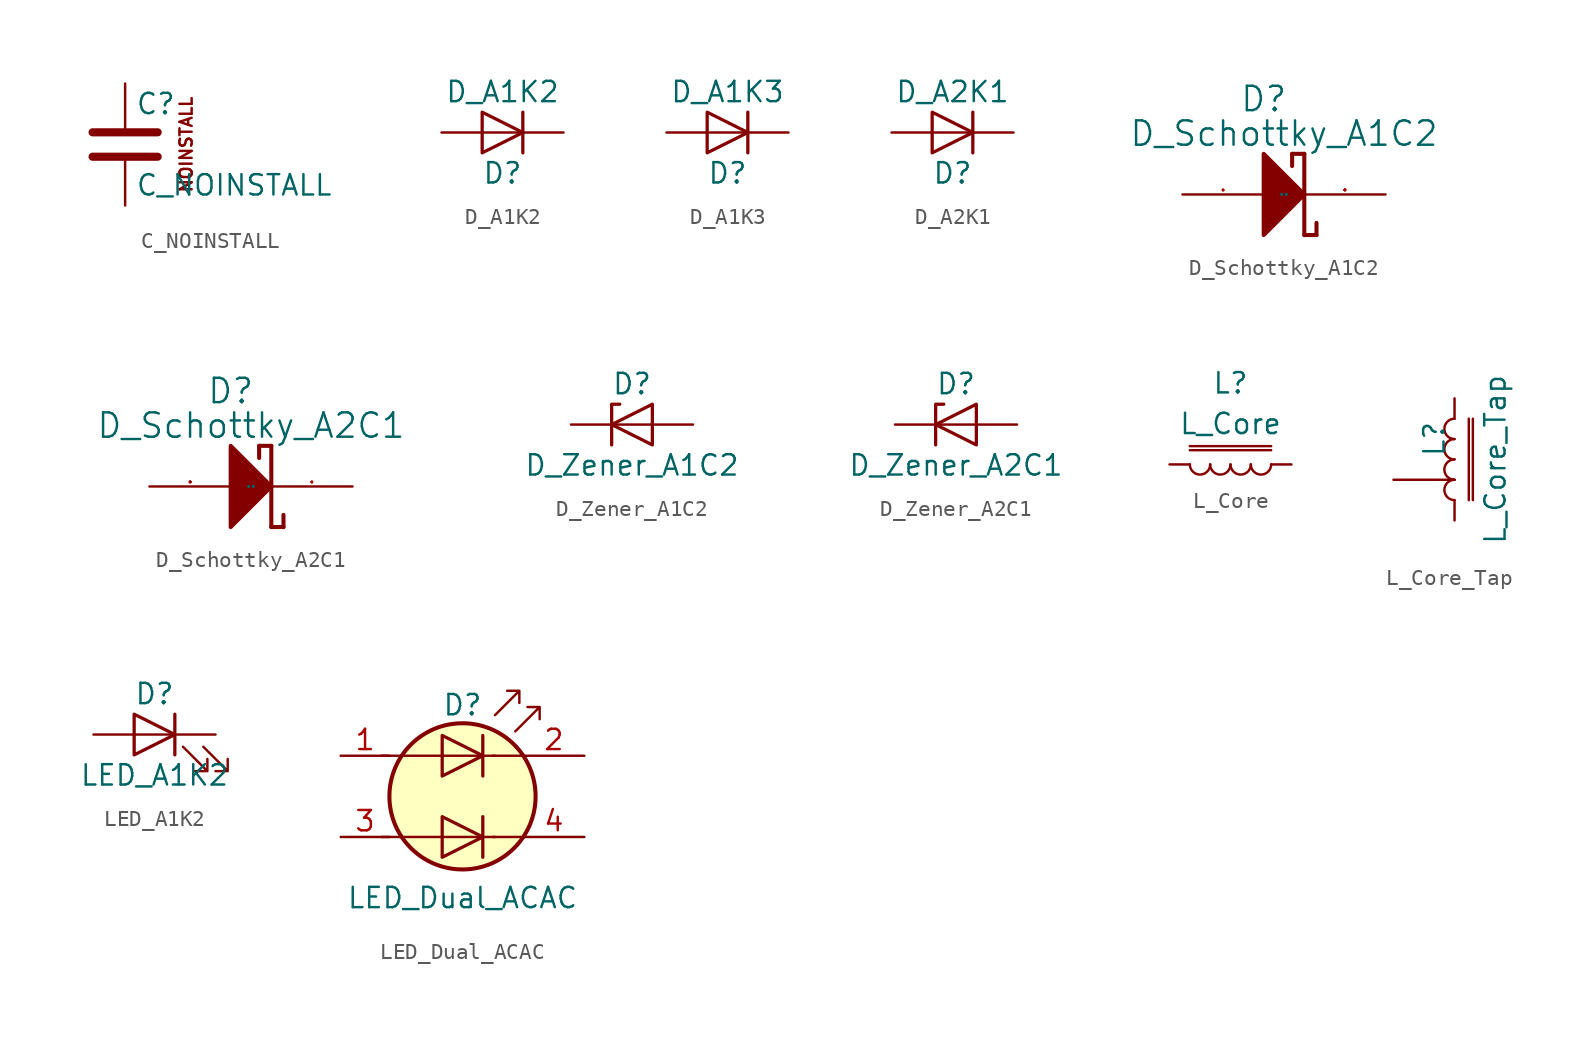
<source format=kicad_sym>
(kicad_symbol_lib
  (version 20211014)
  (generator kicad_symbol_editor)
  (symbol "C_NOINSTALL"
    (pin_numbers hide)
    (pin_names
      (offset 0.254))
    (property "Reference" "C"
      (at 0.635 2.54 0)
      (effects (font (size 1.27 1.27)) (justify left)))
    (property "Value" "C_NOINSTALL"
      (at 0.635 -2.54 0)
      (effects (font (size 1.27 1.27)) (justify left)))
    (symbol "C_NOINSTALL_0_0"
      (text "NOINSTALL" (at 3.81 0 900) (effects (font (size 0.762 0.762)))))
    (symbol "C_NOINSTALL_0_1"
      (polyline (pts (xy -2.032 -0.762) (xy 2.032 -0.762)) (stroke (width 0.508) (type default)) (fill (type none)))
      (polyline (pts (xy -2.032 0.762) (xy 2.032 0.762)) (stroke (width 0.508) (type default)) (fill (type none))))
    (symbol "C_NOINSTALL_1_1"
      (pin passive line (at 0 3.81 270) (length 2.794) (name "~" (effects (font (size 1.27 1.27)))) (number "1" (effects (font (size 1.27 1.27)))))
      (pin passive line (at 0 -3.81 90) (length 2.794) (name "~" (effects (font (size 1.27 1.27)))) (number "2" (effects (font (size 1.27 1.27)))))))
  (symbol "D_A1K2"
    (pin_numbers hide)
    (pin_names
      (offset 1.016) hide)
    (property "Reference" "D"
      (at 0 -2.54 0)
      (effects (font (size 1.27 1.27))))
    (property "Value" "D_A1K2"
      (at 0 2.54 0)
      (effects (font (size 1.27 1.27))))
    (symbol "D_A1K2_0_1"
      (polyline (pts (xy -1.27 0) (xy 1.27 0)) (stroke (width 0) (type default)) (fill (type none)))
      (polyline (pts (xy 1.27 -1.27) (xy 1.27 1.27)) (stroke (width 0.203) (type default)) (fill (type none)))
      (polyline (pts (xy -1.27 -1.27) (xy -1.27 1.27) (xy 1.27 0) (xy -1.27 -1.27)) (stroke (width 0.203) (type default)) (fill (type none))))
    (symbol "D_A1K2_1_1"
      (pin passive line (at -3.81 0 0) (length 2.54) (name "A" (effects (font (size 1.27 1.27)))) (number "1" (effects (font (size 1.27 1.27)))))
      (pin passive line (at 3.81 0 180) (length 2.54) (name "K" (effects (font (size 1.27 1.27)))) (number "2" (effects (font (size 1.27 1.27)))))))
  (symbol "D_A1K3"
    (pin_numbers hide)
    (pin_names
      (offset 1.016) hide)
    (property "Reference" "D"
      (at 0 -2.54 0)
      (effects (font (size 1.27 1.27))))
    (property "Value" "D_A1K3"
      (at 0 2.54 0)
      (effects (font (size 1.27 1.27))))
    (symbol "D_A1K3_0_1"
      (polyline (pts (xy -1.27 0) (xy 1.27 0)) (stroke (width 0) (type default)) (fill (type none)))
      (polyline (pts (xy 1.27 -1.27) (xy 1.27 1.27)) (stroke (width 0.203) (type default)) (fill (type none)))
      (polyline (pts (xy -1.27 -1.27) (xy -1.27 1.27) (xy 1.27 0) (xy -1.27 -1.27)) (stroke (width 0.203) (type default)) (fill (type none))))
    (symbol "D_A1K3_1_1"
      (pin passive line (at -3.81 0 0) (length 2.54) (name "A" (effects (font (size 1.27 1.27)))) (number "1" (effects (font (size 1.27 1.27)))))
      (pin no_connect line (at -1.27 -2.54 180) (length 2.54) hide (name "NC" (effects (font (size 1.27 1.27)))) (number "2" (effects (font (size 1.27 1.27)))))
      (pin passive line (at 3.81 0 180) (length 2.54) (name "K" (effects (font (size 1.27 1.27)))) (number "3" (effects (font (size 1.27 1.27)))))))
  (symbol "D_A2K1"
    (pin_numbers hide)
    (pin_names
      (offset 1.016) hide)
    (property "Reference" "D"
      (at 0 -2.54 0)
      (effects (font (size 1.27 1.27))))
    (property "Value" "D_A2K1"
      (at 0 2.54 0)
      (effects (font (size 1.27 1.27))))
    (symbol "D_A2K1_0_1"
      (polyline (pts (xy -1.27 0) (xy 1.27 0)) (stroke (width 0) (type default)) (fill (type none)))
      (polyline (pts (xy 1.27 -1.27) (xy 1.27 1.27)) (stroke (width 0.203) (type default)) (fill (type none)))
      (polyline (pts (xy -1.27 -1.27) (xy -1.27 1.27) (xy 1.27 0) (xy -1.27 -1.27)) (stroke (width 0.203) (type default)) (fill (type none))))
    (symbol "D_A2K1_1_1"
      (pin passive line (at 3.81 0 180) (length 2.54) (name "K" (effects (font (size 1.27 1.27)))) (number "1" (effects (font (size 1.27 1.27)))))
      (pin passive line (at -3.81 0 0) (length 2.54) (name "A" (effects (font (size 1.27 1.27)))) (number "2" (effects (font (size 1.27 1.27)))))))
  (symbol "D_Schottky_A1C2"
    (pin_names
      (offset 1.016))
    (property "Reference" "D"
      (at 0 2.54 0)
      (effects (font (size 1.524 1.524)) (justify bottom)))
    (property "Value" "D_Schottky_A1C2"
      (at 1.27 1.27 0)
      (effects (font (size 1.524 1.524))))
    (property "Footprint" ""
      (at 0 0 0)
      (effects (font (size 1.524 1.524))))
    (property "Datasheet" ""
      (at 0 0 0)
      (effects (font (size 1.524 1.524))))
    (symbol "D_Schottky_A1C2_0_1"
      (polyline (pts (xy 1.778 -0.762) (xy 1.778 0)) (stroke (width 0.254) (type default)) (fill (type none)))
      (polyline (pts (xy 1.778 0) (xy 2.54 0)) (stroke (width 0.254) (type default)) (fill (type none)))
      (polyline (pts (xy 2.54 -5.08) (xy 3.302 -5.08)) (stroke (width 0.254) (type default)) (fill (type none)))
      (polyline (pts (xy 2.54 0) (xy 2.54 -5.08)) (stroke (width 0.254) (type default)) (fill (type none)))
      (polyline (pts (xy 3.302 -5.08) (xy 3.302 -4.318)) (stroke (width 0.254) (type default)) (fill (type none)))
      (polyline (pts (xy 0 -5.08) (xy 2.54 -2.54) (xy 0 0) (xy 0 -5.08)) (stroke (width 0.254) (type default)) (fill (type outline)))
      (pin passive line (at -5.08 -2.54 0) (length 5.08) (name "A" (effects (font (size 0.025 0.025)))) (number "1" (effects (font (size 0.025 0.025)))))
      (pin passive line (at 7.62 -2.54 180) (length 5.08) (name "K" (effects (font (size 0.025 0.025)))) (number "2" (effects (font (size 0.025 0.025))))))
    (symbol "D_Schottky_A1C2_1_1"
      (arc (start 0.9906 -2.032) (mid 0.9074 -2.5272) (end 1.2192 -2.1336) (stroke (width 0.254) (type default)) (fill (type none)))
      (arc (start 1.2192 -2.413) (mid 0.9215 -2.1465) (end 0.9906 -2.54) (stroke (width 0.254) (type default)) (fill (type none)))
      (arc (start 1.2192 -2.1336) (mid 0.6802 -2.2733) (end 1.2192 -2.413) (stroke (width 0.254) (type default)) (fill (type none)))))
  (symbol "D_Schottky_A2C1"
    (pin_names
      (offset 1.016))
    (property "Reference" "D"
      (at 0 2.54 0)
      (effects (font (size 1.524 1.524)) (justify bottom)))
    (property "Value" "D_Schottky_A2C1"
      (at 1.27 1.27 0)
      (effects (font (size 1.524 1.524))))
    (property "Footprint" ""
      (at 0 0 0)
      (effects (font (size 1.524 1.524))))
    (property "Datasheet" ""
      (at 0 0 0)
      (effects (font (size 1.524 1.524))))
    (symbol "D_Schottky_A2C1_0_1"
      (polyline (pts (xy 1.778 -0.762) (xy 1.778 0)) (stroke (width 0.254) (type default)) (fill (type none)))
      (polyline (pts (xy 1.778 0) (xy 2.54 0)) (stroke (width 0.254) (type default)) (fill (type none)))
      (polyline (pts (xy 2.54 -5.08) (xy 3.302 -5.08)) (stroke (width 0.254) (type default)) (fill (type none)))
      (polyline (pts (xy 2.54 0) (xy 2.54 -5.08)) (stroke (width 0.254) (type default)) (fill (type none)))
      (polyline (pts (xy 3.302 -5.08) (xy 3.302 -4.318)) (stroke (width 0.254) (type default)) (fill (type none)))
      (polyline (pts (xy 0 -5.08) (xy 2.54 -2.54) (xy 0 0) (xy 0 -5.08)) (stroke (width 0.254) (type default)) (fill (type outline)))
      (pin passive line (at 7.62 -2.54 180) (length 5.08) (name "K" (effects (font (size 0.025 0.025)))) (number "1" (effects (font (size 0.025 0.025)))))
      (pin passive line (at -5.08 -2.54 0) (length 5.08) (name "A" (effects (font (size 0.025 0.025)))) (number "2" (effects (font (size 0.025 0.025))))))
    (symbol "D_Schottky_A2C1_1_1"
      (arc (start 0.9906 -2.032) (mid 0.9074 -2.5272) (end 1.2192 -2.1336) (stroke (width 0.254) (type default)) (fill (type none)))
      (arc (start 1.2192 -2.413) (mid 0.9215 -2.1465) (end 0.9906 -2.54) (stroke (width 0.254) (type default)) (fill (type none)))
      (arc (start 1.2192 -2.1336) (mid 0.6802 -2.2733) (end 1.2192 -2.413) (stroke (width 0.254) (type default)) (fill (type none)))))
  (symbol "D_Zener_A1C2"
    (pin_numbers hide)
    (pin_names
      (offset 1.016) hide)
    (property "Reference" "D"
      (at 0 2.54 0)
      (effects (font (size 1.27 1.27))))
    (property "Value" "D_Zener_A1C2"
      (at 0 -2.54 0)
      (effects (font (size 1.27 1.27))))
    (symbol "D_Zener_A1C2_0_1"
      (polyline (pts (xy 1.27 0) (xy -1.27 0)) (stroke (width 0) (type default)) (fill (type none)))
      (polyline (pts (xy -1.27 -1.27) (xy -1.27 1.27) (xy -0.762 1.27)) (stroke (width 0.203) (type default)) (fill (type none)))
      (polyline (pts (xy 1.27 -1.27) (xy 1.27 1.27) (xy -1.27 0) (xy 1.27 -1.27)) (stroke (width 0.203) (type default)) (fill (type none))))
    (symbol "D_Zener_A1C2_1_1"
      (pin passive line (at 3.81 0 180) (length 2.54) (name "A" (effects (font (size 1.27 1.27)))) (number "1" (effects (font (size 1.27 1.27)))))
      (pin passive line (at -3.81 0 0) (length 2.54) (name "K" (effects (font (size 1.27 1.27)))) (number "2" (effects (font (size 1.27 1.27)))))))
  (symbol "D_Zener_A2C1"
    (pin_numbers hide)
    (pin_names
      (offset 1.016) hide)
    (property "Reference" "D"
      (at 0 2.54 0)
      (effects (font (size 1.27 1.27))))
    (property "Value" "D_Zener_A2C1"
      (at 0 -2.54 0)
      (effects (font (size 1.27 1.27))))
    (symbol "D_Zener_A2C1_0_1"
      (polyline (pts (xy 1.27 0) (xy -1.27 0)) (stroke (width 0) (type default)) (fill (type none)))
      (polyline (pts (xy -1.27 -1.27) (xy -1.27 1.27) (xy -0.762 1.27)) (stroke (width 0.203) (type default)) (fill (type none)))
      (polyline (pts (xy 1.27 -1.27) (xy 1.27 1.27) (xy -1.27 0) (xy 1.27 -1.27)) (stroke (width 0.203) (type default)) (fill (type none))))
    (symbol "D_Zener_A2C1_1_1"
      (pin passive line (at -3.81 0 0) (length 2.54) (name "K" (effects (font (size 1.27 1.27)))) (number "1" (effects (font (size 1.27 1.27)))))
      (pin passive line (at 3.81 0 180) (length 2.54) (name "A" (effects (font (size 1.27 1.27)))) (number "2" (effects (font (size 1.27 1.27)))))))
  (symbol "L_Core"
    (pin_numbers hide)
    (pin_names
      (offset 1.016) hide)
    (property "Reference" "L"
      (at 0 5.08 0)
      (effects (font (size 1.27 1.27))))
    (property "Value" "L_Core"
      (at 0 2.54 0)
      (effects (font (size 1.27 1.27))))
    (symbol "L_Core_0_1"
      (arc (start -2.54 0) (mid -1.905 -0.6323) (end -1.27 0) (stroke (width 0) (type default)) (fill (type none)))
      (arc (start -1.27 0) (mid -0.635 -0.6323) (end 0 0) (stroke (width 0) (type default)) (fill (type none)))
      (polyline (pts (xy 2.54 0.889) (xy -2.54 0.889)) (stroke (width 0) (type default)) (fill (type none)))
      (polyline (pts (xy 2.54 1.143) (xy -2.54 1.143)) (stroke (width 0) (type default)) (fill (type none)))
      (arc (start 0 0) (mid 0.635 -0.6323) (end 1.27 0) (stroke (width 0) (type default)) (fill (type none)))
      (arc (start 1.27 0) (mid 1.905 -0.6323) (end 2.54 0) (stroke (width 0) (type default)) (fill (type none))))
    (symbol "L_Core_1_1"
      (pin passive line (at -3.81 0 0) (length 1.27) (name "1" (effects (font (size 1.27 1.27)))) (number "1" (effects (font (size 1.27 1.27)))))
      (pin passive line (at 3.81 0 180) (length 1.27) (name "2" (effects (font (size 1.27 1.27)))) (number "2" (effects (font (size 1.27 1.27)))))))
  (symbol "L_Core_Tap"
    (pin_numbers hide)
    (pin_names
      (offset 1.016) hide)
    (property "Reference" "L"
      (at -1.27 1.27 90)
      (effects (font (size 1.27 1.27))))
    (property "Value" "L_Core_Tap"
      (at 2.54 0 90)
      (effects (font (size 1.27 1.27))))
    (symbol "L_Core_Tap_0_1"
      (arc (start 0 -1.27) (mid -0.6323 -1.905) (end 0 -2.54) (stroke (width 0) (type default)) (fill (type none)))
      (arc (start 0 0) (mid -0.6323 -0.635) (end 0 -1.27) (stroke (width 0) (type default)) (fill (type none)))
      (polyline (pts (xy 0.889 -2.54) (xy 0.889 2.54)) (stroke (width 0) (type default)) (fill (type none)))
      (polyline (pts (xy 1.143 -2.54) (xy 1.143 2.54)) (stroke (width 0) (type default)) (fill (type none)))
      (arc (start 0 1.27) (mid -0.6323 0.635) (end 0 0) (stroke (width 0) (type default)) (fill (type none)))
      (arc (start 0 2.54) (mid -0.6323 1.905) (end 0 1.27) (stroke (width 0) (type default)) (fill (type none))))
    (symbol "L_Core_Tap_1_1"
      (pin passive line (at 0 3.81 270) (length 1.27) (name "1" (effects (font (size 1.27 1.27)))) (number "1" (effects (font (size 1.27 1.27)))))
      (pin passive line (at 0 -3.81 90) (length 1.27) (name "2" (effects (font (size 1.27 1.27)))) (number "2" (effects (font (size 1.27 1.27)))))
      (pin output line (at -3.81 -1.27 0) (length 3.81) (name "3" (effects (font (size 1.27 1.27)))) (number "3" (effects (font (size 1.27 1.27)))))))
  (symbol "LED_A1K2"
    (pin_numbers hide)
    (pin_names
      (offset 1.016) hide)
    (property "Reference" "D"
      (at 0 2.54 0)
      (effects (font (size 1.27 1.27))))
    (property "Value" "LED_A1K2"
      (at 0 -2.54 0)
      (effects (font (size 1.27 1.27))))
    (symbol "LED_A1K2_0_1"
      (polyline (pts (xy 1.27 -1.27) (xy 1.27 1.27)) (stroke (width 0.203) (type default)) (fill (type none)))
      (polyline (pts (xy 1.27 0) (xy -1.27 0)) (stroke (width 0) (type default)) (fill (type none)))
      (polyline (pts (xy -1.27 -1.27) (xy -1.27 1.27) (xy 1.27 0) (xy -1.27 -1.27)) (stroke (width 0.203) (type default)) (fill (type none)))
      (polyline (pts (xy 1.778 -0.762) (xy 3.302 -2.286) (xy 2.54 -2.286) (xy 3.302 -2.286) (xy 3.302 -1.524)) (stroke (width 0) (type default)) (fill (type none)))
      (polyline (pts (xy 3.048 -0.762) (xy 4.572 -2.286) (xy 3.81 -2.286) (xy 4.572 -2.286) (xy 4.572 -1.524)) (stroke (width 0) (type default)) (fill (type none))))
    (symbol "LED_A1K2_1_1"
      (pin passive line (at -3.81 0 0) (length 2.54) (name "A" (effects (font (size 1.27 1.27)))) (number "1" (effects (font (size 1.27 1.27)))))
      (pin passive line (at 3.81 0 180) (length 2.54) (name "K" (effects (font (size 1.27 1.27)))) (number "2" (effects (font (size 1.27 1.27)))))))
  (symbol "LED_Dual_ACAC"
    (pin_names
      (offset 0) hide)
    (property "Reference" "D"
      (at 0 5.715 0)
      (effects (font (size 1.27 1.27))))
    (property "Value" "LED_Dual_ACAC"
      (at 0 -6.35 0)
      (effects (font (size 1.27 1.27))))
    (symbol "LED_Dual_ACAC_0_1"
      (polyline (pts (xy -5.08 -2.54) (xy 2.032 -2.54)) (stroke (width 0) (type default)) (fill (type none)))
      (polyline (pts (xy -5.08 2.54) (xy 2.032 2.54)) (stroke (width 0) (type default)) (fill (type none)))
      (polyline (pts (xy 1.27 -1.27) (xy 1.27 -3.81)) (stroke (width 0.203) (type default)) (fill (type none)))
      (polyline (pts (xy 1.27 3.81) (xy 1.27 1.27)) (stroke (width 0.203) (type default)) (fill (type none)))
      (polyline (pts (xy 3.81 -2.54) (xy 1.905 -2.54)) (stroke (width 0) (type default)) (fill (type none)))
      (polyline (pts (xy 3.81 2.54) (xy 1.905 2.54)) (stroke (width 0) (type default)) (fill (type none)))
      (polyline (pts (xy -1.27 -1.27) (xy -1.27 -3.81) (xy 1.27 -2.54) (xy -1.27 -1.27)) (stroke (width 0.203) (type default)) (fill (type none)))
      (polyline (pts (xy -1.27 3.81) (xy -1.27 1.27) (xy 1.27 2.54) (xy -1.27 3.81)) (stroke (width 0.203) (type default)) (fill (type none)))
      (polyline (pts (xy 2.032 5.08) (xy 3.556 6.604) (xy 2.794 6.604) (xy 3.556 6.604) (xy 3.556 5.842)) (stroke (width 0) (type default)) (fill (type none)))
      (polyline (pts (xy 3.302 4.064) (xy 4.826 5.588) (xy 4.064 5.588) (xy 4.826 5.588) (xy 4.826 4.826)) (stroke (width 0) (type default)) (fill (type none)))
      (circle (center 0 0) (radius 4.572) (stroke (width 0.254) (type default)) (fill (type background))))
    (symbol "LED_Dual_ACAC_1_1"
      (pin input line (at -7.62 2.54 0) (length 3.048) (name "A1" (effects (font (size 1.27 1.27)))) (number "1" (effects (font (size 1.27 1.27)))))
      (pin input line (at 7.62 2.54 180) (length 3.81) (name "K1" (effects (font (size 1.27 1.27)))) (number "2" (effects (font (size 1.27 1.27)))))
      (pin input line (at -7.62 -2.54 0) (length 3.048) (name "A2" (effects (font (size 1.27 1.27)))) (number "3" (effects (font (size 1.27 1.27)))))
      (pin input line (at 7.62 -2.54 180) (length 3.81) (name "K2" (effects (font (size 1.27 1.27)))) (number "4" (effects (font (size 1.27 1.27))))))))
</source>
